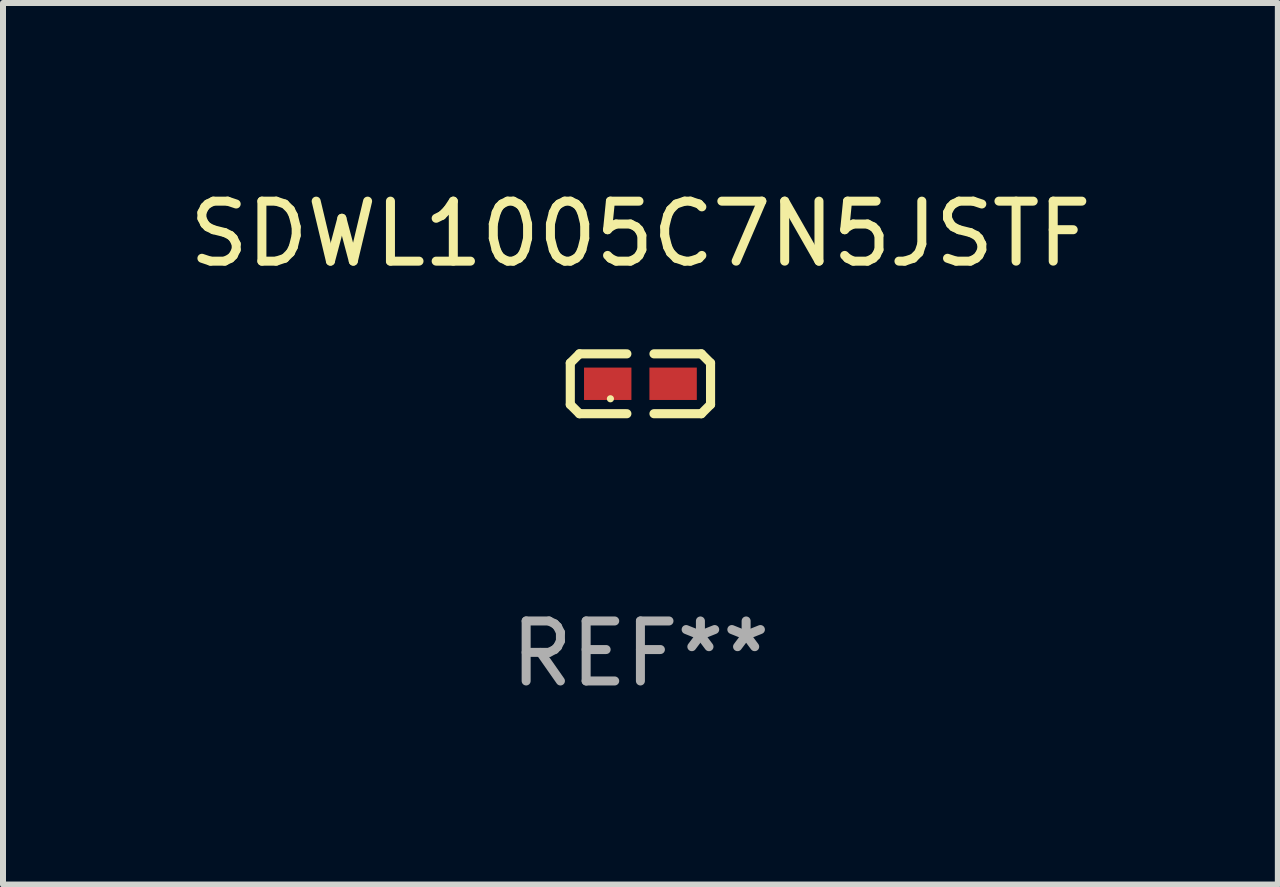
<source format=kicad_pcb>
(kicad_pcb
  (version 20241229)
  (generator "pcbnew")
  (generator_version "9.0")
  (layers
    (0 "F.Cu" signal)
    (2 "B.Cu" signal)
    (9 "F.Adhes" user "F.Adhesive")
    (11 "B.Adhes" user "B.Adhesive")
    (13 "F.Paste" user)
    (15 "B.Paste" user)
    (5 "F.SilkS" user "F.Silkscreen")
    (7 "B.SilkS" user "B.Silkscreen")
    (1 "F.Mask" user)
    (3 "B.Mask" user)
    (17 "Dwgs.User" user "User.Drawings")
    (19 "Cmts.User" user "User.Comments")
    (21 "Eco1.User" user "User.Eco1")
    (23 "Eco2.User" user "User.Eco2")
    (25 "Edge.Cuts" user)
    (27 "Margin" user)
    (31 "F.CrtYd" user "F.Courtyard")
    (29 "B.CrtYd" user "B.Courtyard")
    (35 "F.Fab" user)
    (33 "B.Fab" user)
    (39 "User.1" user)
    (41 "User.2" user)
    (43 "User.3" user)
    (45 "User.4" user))
  (footprint "SDWL1005C7N5JSTF"
    (layer "F.Cu")
    (at 7.625 3.347)
    (property "Reference" "SDWL1005C7N5JSTF" (at 0 -2.499 0) (layer "F.SilkS") (effects (font (size 1 1) (thickness 0.15))))
    (attr through_hole)
    (fp_line (start -1.169 -0.346) (end -1.016 -0.499) (stroke (width 0.152) (type solid)) (layer "F.SilkS"))
    (fp_line (start -1.169 0.346) (end -1.169 -0.346) (stroke (width 0.152) (type solid)) (layer "F.SilkS"))
    (fp_line (start -1.016 -0.499) (end -0.226 -0.499) (stroke (width 0.152) (type solid)) (layer "F.SilkS"))
    (fp_line (start -1.016 0.499) (end -1.169 0.346) (stroke (width 0.152) (type solid)) (layer "F.SilkS"))
    (fp_line (start -0.226 0.499) (end -1.016 0.499) (stroke (width 0.152) (type solid)) (layer "F.SilkS"))
    (fp_line (start 0.226 0.499) (end 1.016 0.499) (stroke (width 0.152) (type solid)) (layer "F.SilkS"))
    (fp_line (start 1.016 -0.499) (end 0.226 -0.499) (stroke (width 0.152) (type solid)) (layer "F.SilkS"))
    (fp_line (start 1.016 0.499) (end 1.169 0.346) (stroke (width 0.152) (type solid)) (layer "F.SilkS"))
    (fp_line (start 1.169 -0.346) (end 1.016 -0.499) (stroke (width 0.152) (type solid)) (layer "F.SilkS"))
    (fp_line (start 1.169 0.346) (end 1.169 -0.346) (stroke (width 0.152) (type solid)) (layer "F.SilkS"))
    (fp_circle (center -0.5 0.25) (end -0.47 0.25) (stroke (width 0.06) (type solid)) (fill no) (layer "F.SilkS"))
    (fp_text user "REF**" (at 0 4.499 0) (layer "F.Fab") (effects (font (size 1 1) (thickness 0.15))))
    (pad "1" smd rect (at -0.545 0) (size 0.79 0.54) (layers "F.Cu" "F.Mask" "F.Paste"))
    (pad "2" smd rect (at 0.545 0) (size 0.79 0.54) (layers "F.Cu" "F.Mask" "F.Paste")))
  (gr_rect
    (start -3 -3)
    (end 18.25 11.694)
    (stroke (width 0.1) (type default))
    (fill no)
    (layer "Edge.Cuts")))
</source>
